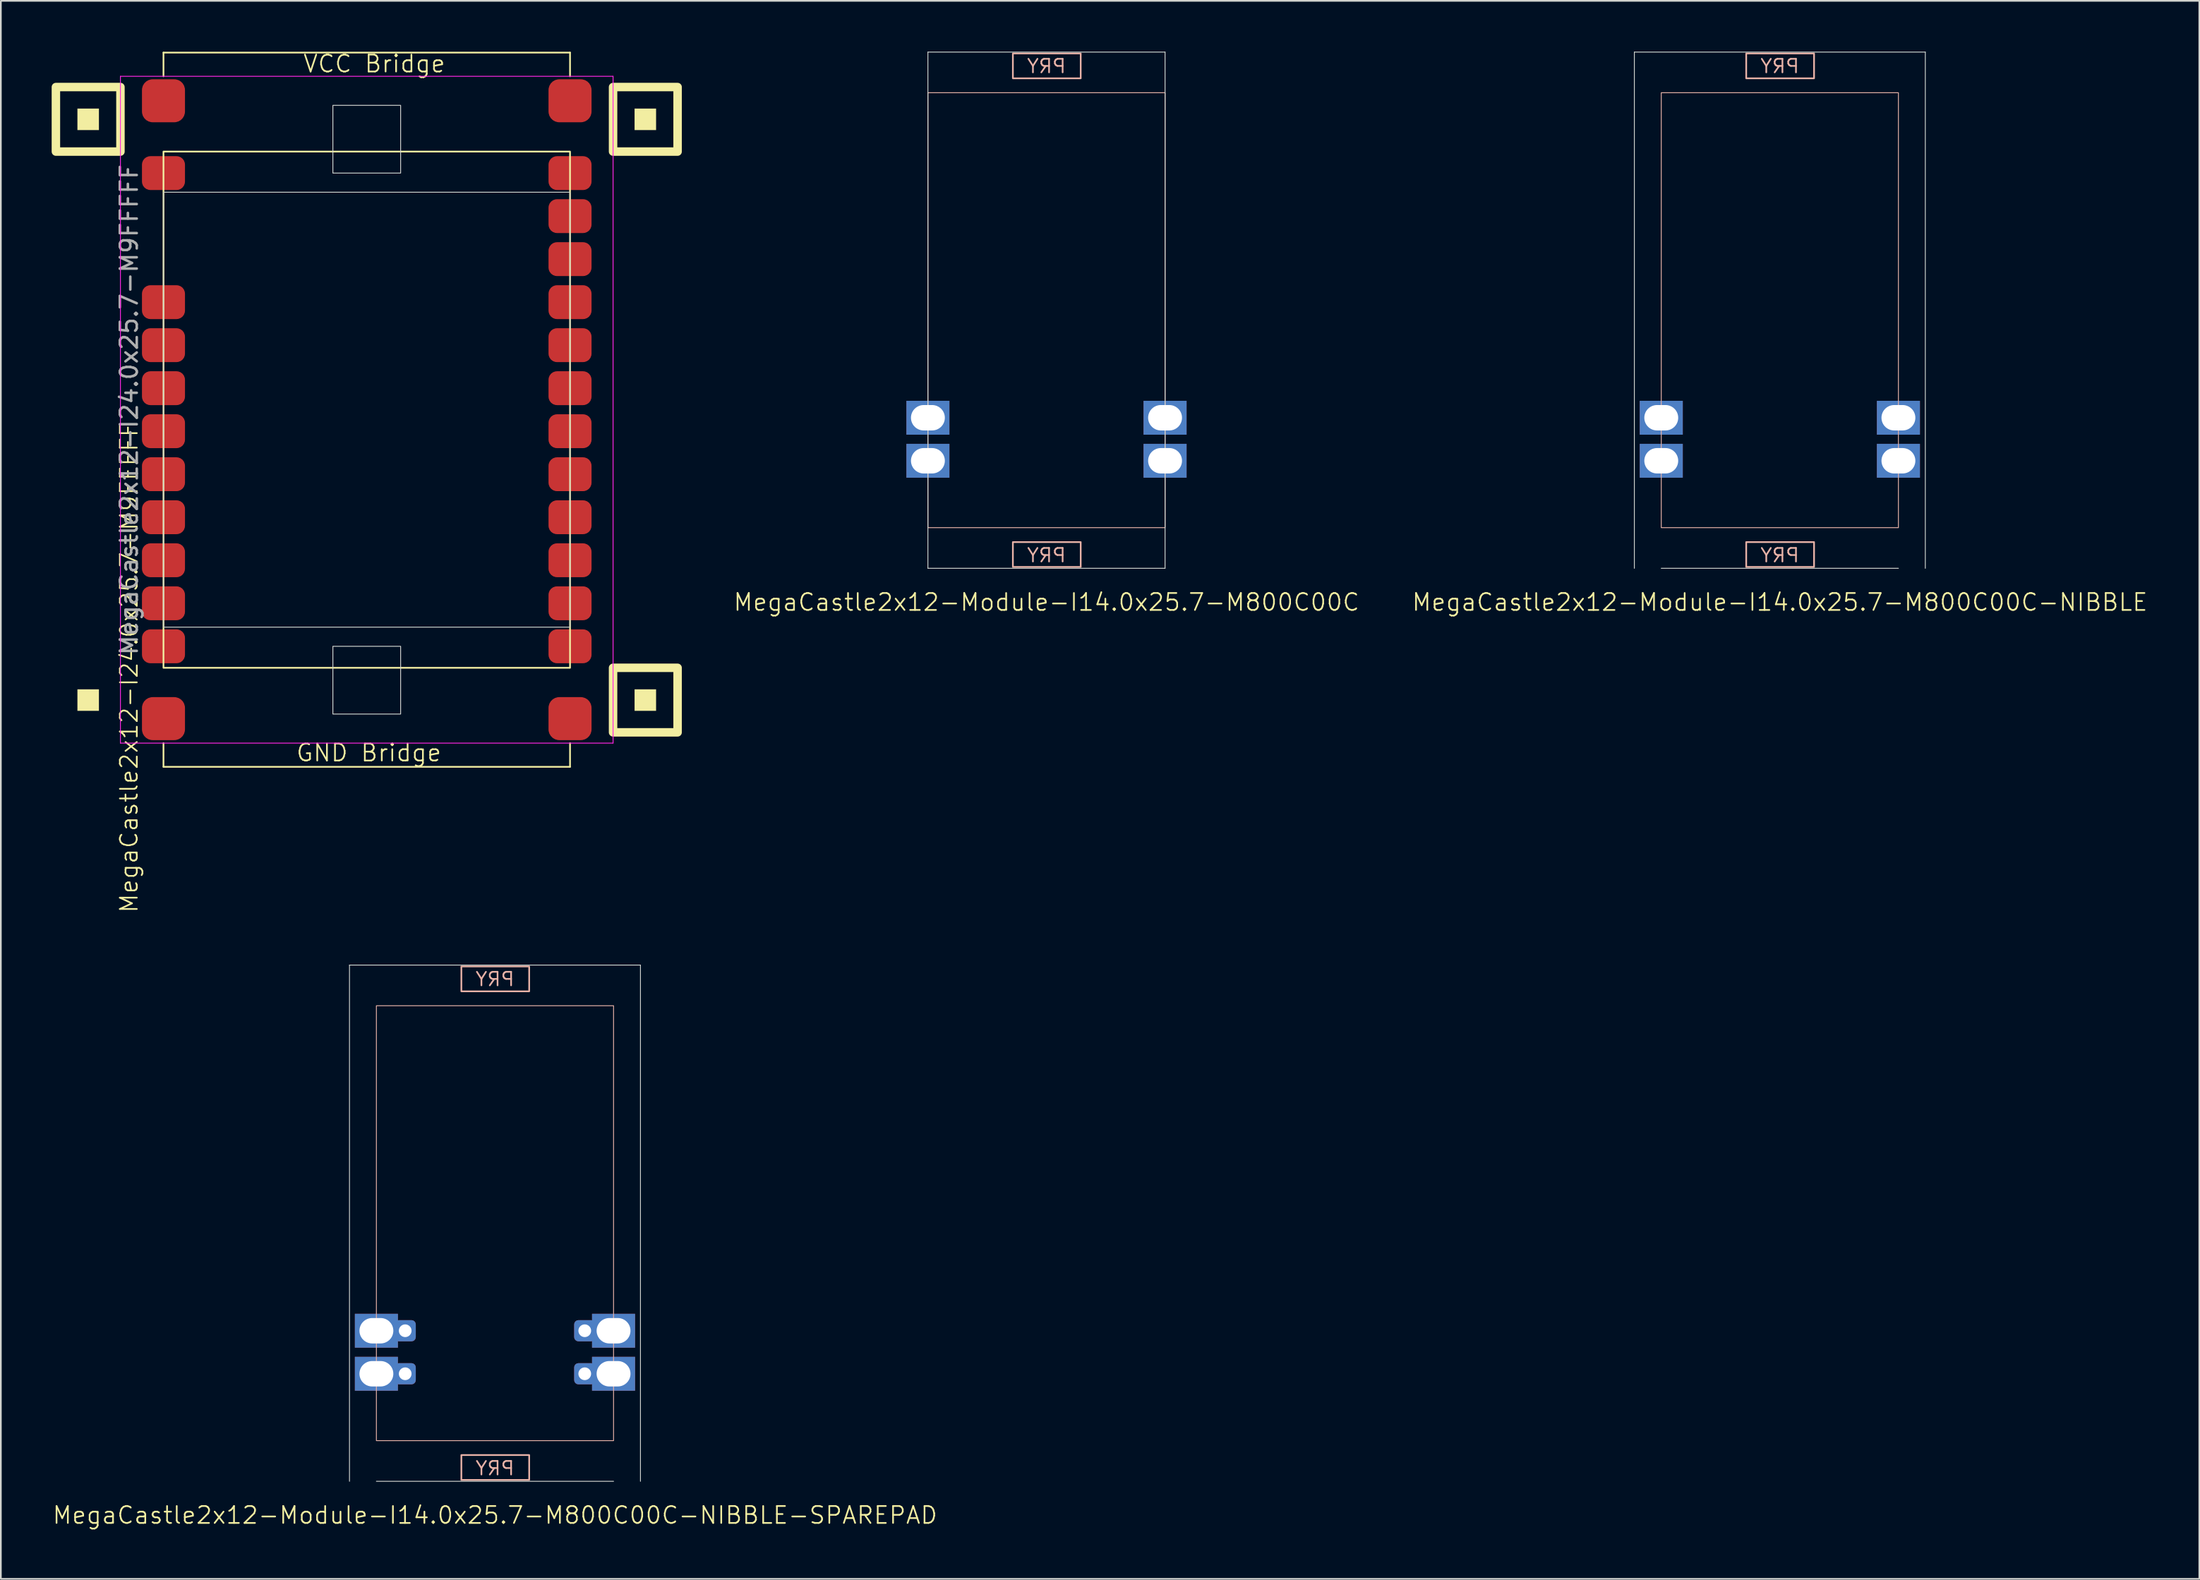
<source format=kicad_pcb>
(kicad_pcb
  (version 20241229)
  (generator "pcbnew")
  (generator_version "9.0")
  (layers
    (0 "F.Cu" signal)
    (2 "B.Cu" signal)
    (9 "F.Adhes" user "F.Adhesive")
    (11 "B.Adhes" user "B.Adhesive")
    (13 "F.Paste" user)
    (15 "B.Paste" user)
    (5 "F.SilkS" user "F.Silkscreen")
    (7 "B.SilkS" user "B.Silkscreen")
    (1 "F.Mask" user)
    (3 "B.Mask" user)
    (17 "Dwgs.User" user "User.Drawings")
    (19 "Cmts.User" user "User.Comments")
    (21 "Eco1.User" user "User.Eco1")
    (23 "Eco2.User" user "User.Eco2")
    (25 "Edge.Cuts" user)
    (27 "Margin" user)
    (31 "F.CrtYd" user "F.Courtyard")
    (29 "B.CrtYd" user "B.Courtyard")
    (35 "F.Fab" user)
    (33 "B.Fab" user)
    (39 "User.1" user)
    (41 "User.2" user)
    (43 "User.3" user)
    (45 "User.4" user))
  (footprint "MegaCastle2x12-Module-I14.0x25.7-M800C00C-NIBBLE-SPAREPAD"
    (layer "F.Cu")
    (at 26.169 69.171)
    (property "Reference" "MegaCastle2x12-Module-I14.0x25.7-M800C00C-NIBBLE-SPAREPAD" (at 0 17.24 0) (unlocked yes) (layer "F.SilkS") (effects (font (size 1 1) (thickness 0.1))))
    (attr smd)
    (fp_rect (start -7 12.84) (end 7 -12.84) (stroke (width 0.05) (type default)) (fill no) (layer "B.SilkS"))
    (fp_rect (start -1.984 -13.691) (end 2.02 -15.16) (stroke (width 0.1) (type default)) (fill no) (layer "B.SilkS"))
    (fp_rect (start -1.984 13.691) (end 2.02 15.16) (stroke (width 0.1) (type default)) (fill no) (layer "B.SilkS"))
    (fp_line (start -8.588 -15.24) (end -8.588 15.24) (stroke (width 0.05) (type default)) (layer "Edge.Cuts"))
    (fp_line (start -8.588 -15.24) (end 8.588 -15.24) (stroke (width 0.05) (type default)) (layer "Edge.Cuts"))
    (fp_line (start -7 15.24) (end 7 15.24) (stroke (width 0.05) (type default)) (layer "Edge.Cuts"))
    (fp_line (start 8.588 -15.24) (end 8.588 15.24) (stroke (width 0.05) (type default)) (layer "Edge.Cuts"))
    (fp_text user "PRY" (at 0 -13.94 0) (unlocked yes) (layer "B.SilkS") (effects (font (size 0.8 0.8) (thickness 0.1)) (justify bottom mirror)))
    (fp_text user "PRY" (at 0 14.94 0) (unlocked yes) (layer "B.SilkS") (effects (font (size 0.8 0.8) (thickness 0.1)) (justify bottom mirror)))
    (pad "9" thru_hole rect (at -7 6.35) (size 2.54 2) (drill oval 2 1.5) (property pad_prop_castellated) (layers "*.Cu" "*.Mask"))
    (pad "9" thru_hole roundrect (at -5.3 6.35 180) (size 1.25 1.25) (drill 0.75) (layers "*.Cu" "*.Mask") (roundrect_rratio 0.2))
    (pad "10" thru_hole rect (at -7 8.89) (size 2.54 2) (drill oval 2 1.5) (property pad_prop_castellated) (layers "*.Cu" "*.Mask"))
    (pad "10" thru_hole roundrect (at -5.3 8.89 180) (size 1.25 1.25) (drill 0.75) (layers "*.Cu" "*.Mask") (roundrect_rratio 0.2))
    (pad "21" thru_hole roundrect (at 5.3 6.35 180) (size 1.25 1.25) (drill 0.75) (layers "*.Cu" "*.Mask") (roundrect_rratio 0.2))
    (pad "21" thru_hole rect (at 7 6.35) (size 2.54 2) (drill oval 2 1.5) (property pad_prop_castellated) (layers "*.Cu" "*.Mask"))
    (pad "22" thru_hole roundrect (at 5.3 8.89 180) (size 1.25 1.25) (drill 0.75) (layers "*.Cu" "*.Mask") (roundrect_rratio 0.2))
    (pad "22" thru_hole rect (at 7 8.89) (size 2.54 2) (drill oval 2 1.5) (property pad_prop_castellated) (layers "*.Cu" "*.Mask"))
    (zone (net_name "") (layer "B.Cu") (hatch edge 0.5) (connect_pads) (min_thickness 0.25) (filled_areas_thickness no) (keepout (tracks allowed) (vias allowed) (pads allowed) (copperpour allowed) (footprints not_allowed)) (placement (enabled no)) (fill) (polygon (pts (xy 19.169 84.411) (xy 19.169 53.931))))
    (zone (net_name "") (layer "B.Cu") (hatch edge 0.5) (connect_pads) (min_thickness 0.25) (filled_areas_thickness no) (keepout (tracks allowed) (vias allowed) (pads allowed) (copperpour allowed) (footprints not_allowed)) (placement (enabled no)) (fill) (polygon (pts (xy 33.169 84.411) (xy 33.169 53.931))))
    (zone (net_name "") (layer "B.Cu") (hatch edge 0.5) (connect_pads) (min_thickness 0.25) (filled_areas_thickness no) (keepout (tracks allowed) (vias allowed) (pads allowed) (copperpour allowed) (footprints not_allowed)) (placement (enabled no)) (fill) (polygon (pts (xy 19.169 53.931) (xy 19.169 56.331) (xy 33.169 56.331) (xy 33.169 53.931))))
    (zone (net_name "") (layer "B.Cu") (hatch edge 0.5) (connect_pads) (min_thickness 0.25) (filled_areas_thickness no) (keepout (tracks allowed) (vias allowed) (pads allowed) (copperpour allowed) (footprints not_allowed)) (placement (enabled no)) (fill) (polygon (pts (xy 19.169 84.411) (xy 19.169 82.011) (xy 33.169 82.011) (xy 33.169 84.411))))
    (zone (net_name "") (layer "B.Cu") (name "Upper Pry Zone") (hatch edge 0.5) (connect_pads) (min_thickness 0.25) (filled_areas_thickness no) (keepout (tracks not_allowed) (vias not_allowed) (pads not_allowed) (copperpour allowed) (footprints not_allowed)) (placement (enabled no)) (fill) (polygon (pts (xy 24.185 55.48) (xy 24.185 54.011) (xy 28.189 54.011) (xy 28.189 55.48))))
    (zone (net_name "") (layer "B.Cu") (name "Upper Pry Zone") (hatch edge 0.5) (connect_pads) (min_thickness 0.25) (filled_areas_thickness no) (keepout (tracks not_allowed) (vias not_allowed) (pads not_allowed) (copperpour allowed) (footprints not_allowed)) (placement (enabled no)) (fill) (polygon (pts (xy 24.185 82.863) (xy 24.185 84.331) (xy 28.189 84.331) (xy 28.189 82.863)))))
  (footprint "MegaCastle2x12-Module-I14.0x25.7-M800C00C-NIBBLE"
    (layer "F.Cu")
    (at 102.017 15.265)
    (property "Reference" "MegaCastle2x12-Module-I14.0x25.7-M800C00C-NIBBLE" (at 0 17.24 0) (unlocked yes) (layer "F.SilkS") (effects (font (size 1 1) (thickness 0.1))))
    (attr smd)
    (fp_rect (start -7 12.84) (end 7 -12.84) (stroke (width 0.05) (type default)) (fill no) (layer "B.SilkS"))
    (fp_rect (start -1.984 -13.691) (end 2.02 -15.16) (stroke (width 0.1) (type default)) (fill no) (layer "B.SilkS"))
    (fp_rect (start -1.984 13.691) (end 2.02 15.16) (stroke (width 0.1) (type default)) (fill no) (layer "B.SilkS"))
    (fp_line (start -8.588 -15.24) (end -8.588 15.24) (stroke (width 0.05) (type default)) (layer "Edge.Cuts"))
    (fp_line (start -8.588 -15.24) (end 8.588 -15.24) (stroke (width 0.05) (type default)) (layer "Edge.Cuts"))
    (fp_line (start -7 15.24) (end 7 15.24) (stroke (width 0.05) (type default)) (layer "Edge.Cuts"))
    (fp_line (start 8.588 -15.24) (end 8.588 15.24) (stroke (width 0.05) (type default)) (layer "Edge.Cuts"))
    (fp_text user "PRY" (at 0 14.94 0) (unlocked yes) (layer "B.SilkS") (effects (font (size 0.8 0.8) (thickness 0.1)) (justify bottom mirror)))
    (fp_text user "PRY" (at 0 -13.94 0) (unlocked yes) (layer "B.SilkS") (effects (font (size 0.8 0.8) (thickness 0.1)) (justify bottom mirror)))
    (pad "9" thru_hole rect (at -7 6.35) (size 2.54 2) (drill oval 2 1.5) (property pad_prop_castellated) (layers "*.Cu" "*.Mask"))
    (pad "10" thru_hole rect (at -7 8.89) (size 2.54 2) (drill oval 2 1.5) (property pad_prop_castellated) (layers "*.Cu" "*.Mask"))
    (pad "21" thru_hole rect (at 7 6.35) (size 2.54 2) (drill oval 2 1.5) (property pad_prop_castellated) (layers "*.Cu" "*.Mask"))
    (pad "22" thru_hole rect (at 7 8.89) (size 2.54 2) (drill oval 2 1.5) (property pad_prop_castellated) (layers "*.Cu" "*.Mask"))
    (zone (net_name "") (layer "B.Cu") (hatch edge 0.5) (connect_pads) (min_thickness 0.25) (filled_areas_thickness no) (keepout (tracks allowed) (vias allowed) (pads allowed) (copperpour allowed) (footprints not_allowed)) (placement (enabled no)) (fill) (polygon (pts (xy 95.017 30.505) (xy 95.017 0.025))))
    (zone (net_name "") (layer "B.Cu") (hatch edge 0.5) (connect_pads) (min_thickness 0.25) (filled_areas_thickness no) (keepout (tracks allowed) (vias allowed) (pads allowed) (copperpour allowed) (footprints not_allowed)) (placement (enabled no)) (fill) (polygon (pts (xy 109.017 30.505) (xy 109.017 0.025))))
    (zone (net_name "") (layer "B.Cu") (hatch edge 0.5) (connect_pads) (min_thickness 0.25) (filled_areas_thickness no) (keepout (tracks allowed) (vias allowed) (pads allowed) (copperpour allowed) (footprints not_allowed)) (placement (enabled no)) (fill) (polygon (pts (xy 95.017 0.025) (xy 95.017 2.425) (xy 109.017 2.425) (xy 109.017 0.025))))
    (zone (net_name "") (layer "B.Cu") (hatch edge 0.5) (connect_pads) (min_thickness 0.25) (filled_areas_thickness no) (keepout (tracks allowed) (vias allowed) (pads allowed) (copperpour allowed) (footprints not_allowed)) (placement (enabled no)) (fill) (polygon (pts (xy 95.017 30.505) (xy 95.017 28.105) (xy 109.017 28.105) (xy 109.017 30.505))))
    (zone (net_name "") (layer "B.Cu") (name "Upper Pry Zone") (hatch edge 0.5) (connect_pads) (min_thickness 0.25) (filled_areas_thickness no) (keepout (tracks not_allowed) (vias not_allowed) (pads not_allowed) (copperpour allowed) (footprints not_allowed)) (placement (enabled no)) (fill) (polygon (pts (xy 100.032 1.574) (xy 100.032 0.105) (xy 104.036 0.105) (xy 104.036 1.574))))
    (zone (net_name "") (layer "B.Cu") (name "Upper Pry Zone") (hatch edge 0.5) (connect_pads) (min_thickness 0.25) (filled_areas_thickness no) (keepout (tracks not_allowed) (vias not_allowed) (pads not_allowed) (copperpour allowed) (footprints not_allowed)) (placement (enabled no)) (fill) (polygon (pts (xy 100.032 28.956) (xy 100.032 30.425) (xy 104.036 30.425) (xy 104.036 28.956)))))
  (footprint "MegaCastle2x12-I24.0x25.7-M9FFFFF"
    (layer "F.Cu")
    (at 18.6 21.14)
    (property "Reference" "MegaCastle2x12-I24.0x25.7-M9FFFFF" (at -14.032 15.24 90) (unlocked yes) (layer "F.SilkS") (effects (font (size 1 1) (thickness 0.1))))
    (attr smd)
    (fp_line (start -12 -21.085) (end 12 -21.085) (stroke (width 0.1) (type default)) (layer "F.SilkS"))
    (fp_line (start -12 -19.685) (end -12 -21.085) (stroke (width 0.1) (type default)) (layer "F.SilkS"))
    (fp_line (start -12 19.685) (end -12 21.085) (stroke (width 0.1) (type default)) (layer "F.SilkS"))
    (fp_line (start -12 21.085) (end 12 21.085) (stroke (width 0.1) (type default)) (layer "F.SilkS"))
    (fp_line (start 12 -19.685) (end 12 -21.085) (stroke (width 0.1) (type default)) (layer "F.SilkS"))
    (fp_line (start 12 19.685) (end 12 21.085) (stroke (width 0.1) (type default)) (layer "F.SilkS"))
    (fp_rect (start -15.81 -16.51) (end -17.08 -17.78) (stroke (width 0) (type solid)) (fill yes) (layer "F.SilkS"))
    (fp_rect (start -15.81 17.78) (end -17.08 16.51) (stroke (width 0) (type solid)) (fill yes) (layer "F.SilkS"))
    (fp_rect (start -14.54 -15.24) (end -18.35 -19.05) (stroke (width 0.5) (type default)) (fill no) (layer "F.SilkS"))
    (fp_rect (start -12 -15.24) (end 12 15.24) (stroke (width 0.1) (type default)) (fill no) (layer "F.SilkS"))
    (fp_rect (start 17.08 -16.51) (end 15.81 -17.78) (stroke (width 0) (type solid)) (fill yes) (layer "F.SilkS"))
    (fp_rect (start 17.08 17.78) (end 15.81 16.51) (stroke (width 0) (type solid)) (fill yes) (layer "F.SilkS"))
    (fp_rect (start 18.35 -15.24) (end 14.54 -19.05) (stroke (width 0.5) (type default)) (fill no) (layer "F.SilkS"))
    (fp_rect (start 18.35 19.05) (end 14.54 15.24) (stroke (width 0.5) (type default)) (fill no) (layer "F.SilkS"))
    (fp_rect (start -12 -12.84) (end 12 12.84) (stroke (width 0.05) (type default)) (fill no) (layer "Edge.Cuts"))
    (fp_rect (start -2 -13.97) (end 2 -17.97) (stroke (width 0.05) (type default)) (fill no) (layer "Edge.Cuts"))
    (fp_rect (start -2 13.97) (end 2 17.97) (stroke (width 0.05) (type default)) (fill no) (layer "Edge.Cuts"))
    (fp_line (start -14.54 -19.685) (end -14.54 19.685) (stroke (width 0.05) (type default)) (layer "F.CrtYd"))
    (fp_line (start -14.54 19.685) (end 14.54 19.685) (stroke (width 0.05) (type default)) (layer "F.CrtYd"))
    (fp_line (start 14.54 -19.685) (end -14.54 -19.685) (stroke (width 0.05) (type default)) (layer "F.CrtYd"))
    (fp_line (start 14.54 -19.685) (end 14.54 19.685) (stroke (width 0.05) (type default)) (layer "F.CrtYd"))
    (fp_text user "GND Bridge" (at -4.226 20.84 0) (unlocked yes) (layer "F.SilkS") (effects (font (size 1 1) (thickness 0.1)) (justify left bottom)))
    (fp_text user "VCC Bridge" (at -3.81 -19.84 0) (unlocked yes) (layer "F.SilkS") (effects (font (size 1 1) (thickness 0.1)) (justify left bottom)))
    (fp_text user "${REFERENCE}" (at -14.032 0 90) (unlocked yes) (layer "F.Fab") (effects (font (size 1 1) (thickness 0.15))))
    (pad "1" smd roundrect (at -12 -13.97) (size 2.54 2) (layers "F.Cu" "F.Mask" "F.Paste") (roundrect_rratio 0.25))
    (pad "4" smd roundrect (at -12 -6.35) (size 2.54 2) (layers "F.Cu" "F.Mask" "F.Paste") (roundrect_rratio 0.25))
    (pad "5" smd roundrect (at -12 -3.81) (size 2.54 2) (layers "F.Cu" "F.Mask" "F.Paste") (roundrect_rratio 0.25))
    (pad "6" smd roundrect (at -12 -1.27) (size 2.54 2) (layers "F.Cu" "F.Mask" "F.Paste") (roundrect_rratio 0.25))
    (pad "7" smd roundrect (at -12 1.27) (size 2.54 2) (layers "F.Cu" "F.Mask" "F.Paste") (roundrect_rratio 0.25))
    (pad "8" smd roundrect (at -12 3.81) (size 2.54 2) (layers "F.Cu" "F.Mask" "F.Paste") (roundrect_rratio 0.25))
    (pad "9" smd roundrect (at -12 6.35) (size 2.54 2) (layers "F.Cu" "F.Mask" "F.Paste") (roundrect_rratio 0.25))
    (pad "10" smd roundrect (at -12 8.89) (size 2.54 2) (layers "F.Cu" "F.Mask" "F.Paste") (roundrect_rratio 0.25))
    (pad "11" smd roundrect (at -12 11.43) (size 2.54 2) (layers "F.Cu" "F.Mask" "F.Paste") (roundrect_rratio 0.25))
    (pad "12" smd roundrect (at -12 13.97) (size 2.54 2) (layers "F.Cu" "F.Mask" "F.Paste") (roundrect_rratio 0.25))
    (pad "13" smd roundrect (at 12 -13.97) (size 2.54 2) (layers "F.Cu" "F.Mask" "F.Paste") (roundrect_rratio 0.25))
    (pad "14" smd roundrect (at 12 -11.43) (size 2.54 2) (layers "F.Cu" "F.Mask" "F.Paste") (roundrect_rratio 0.25))
    (pad "15" smd roundrect (at 12 -8.89) (size 2.54 2) (layers "F.Cu" "F.Mask" "F.Paste") (roundrect_rratio 0.25))
    (pad "16" smd roundrect (at 12 -6.35) (size 2.54 2) (layers "F.Cu" "F.Mask" "F.Paste") (roundrect_rratio 0.25))
    (pad "17" smd roundrect (at 12 -3.81) (size 2.54 2) (layers "F.Cu" "F.Mask" "F.Paste") (roundrect_rratio 0.25))
    (pad "18" smd roundrect (at 12 -1.27) (size 2.54 2) (layers "F.Cu" "F.Mask" "F.Paste") (roundrect_rratio 0.25))
    (pad "19" smd roundrect (at 12 1.27) (size 2.54 2) (layers "F.Cu" "F.Mask" "F.Paste") (roundrect_rratio 0.25))
    (pad "20" smd roundrect (at 12 3.81) (size 2.54 2) (layers "F.Cu" "F.Mask" "F.Paste") (roundrect_rratio 0.25))
    (pad "21" smd roundrect (at 12 6.35) (size 2.54 2) (layers "F.Cu" "F.Mask" "F.Paste") (roundrect_rratio 0.25))
    (pad "22" smd roundrect (at 12 8.89) (size 2.54 2) (layers "F.Cu" "F.Mask" "F.Paste") (roundrect_rratio 0.25))
    (pad "23" smd roundrect (at 12 11.43) (size 2.54 2) (layers "F.Cu" "F.Mask" "F.Paste") (roundrect_rratio 0.25))
    (pad "24" smd roundrect (at 12 13.97) (size 2.54 2) (layers "F.Cu" "F.Mask" "F.Paste") (roundrect_rratio 0.25))
    (pad "A1" smd roundrect (at -12 -18.24) (size 2.54 2.54) (layers "F.Cu" "F.Mask" "F.Paste") (roundrect_rratio 0.25))
    (pad "A2" smd roundrect (at 12 -18.24) (size 2.54 2.54) (layers "F.Cu" "F.Mask" "F.Paste") (roundrect_rratio 0.25))
    (pad "B1" smd roundrect (at -12 18.24) (size 2.54 2.54) (layers "F.Cu" "F.Mask" "F.Paste") (roundrect_rratio 0.25))
    (pad "B2" smd roundrect (at 12 18.24) (size 2.54 2.54) (layers "F.Cu" "F.Mask" "F.Paste") (roundrect_rratio 0.25)))
  (footprint "MegaCastle2x12-Module-I14.0x25.7-M800C00C"
    (layer "F.Cu")
    (at 58.726 15.265)
    (property "Reference" "MegaCastle2x12-Module-I14.0x25.7-M800C00C" (at 0 17.24 0) (unlocked yes) (layer "F.SilkS") (effects (font (size 1 1) (thickness 0.1))))
    (attr smd)
    (fp_rect (start -7 12.84) (end 7 -12.84) (stroke (width 0.05) (type default)) (fill no) (layer "B.SilkS"))
    (fp_rect (start -1.984 -13.691) (end 2.02 -15.16) (stroke (width 0.1) (type default)) (fill no) (layer "B.SilkS"))
    (fp_rect (start -1.984 13.691) (end 2.02 15.16) (stroke (width 0.1) (type default)) (fill no) (layer "B.SilkS"))
    (fp_line (start -7 -15.24) (end -7 15.24) (stroke (width 0.05) (type default)) (layer "Edge.Cuts"))
    (fp_line (start -7 -15.24) (end 7 -15.24) (stroke (width 0.05) (type default)) (layer "Edge.Cuts"))
    (fp_line (start -7 15.24) (end 7 15.24) (stroke (width 0.05) (type default)) (layer "Edge.Cuts"))
    (fp_line (start 7 -15.24) (end 7 15.24) (stroke (width 0.05) (type default)) (layer "Edge.Cuts"))
    (fp_text user "PRY" (at 0 14.94 0) (unlocked yes) (layer "B.SilkS") (effects (font (size 0.8 0.8) (thickness 0.1)) (justify bottom mirror)))
    (fp_text user "PRY" (at 0 -13.94 0) (unlocked yes) (layer "B.SilkS") (effects (font (size 0.8 0.8) (thickness 0.1)) (justify bottom mirror)))
    (pad "9" thru_hole rect (at -7 6.35) (size 2.54 2) (drill oval 2 1.5) (property pad_prop_castellated) (layers "*.Cu" "*.Mask"))
    (pad "10" thru_hole rect (at -7 8.89) (size 2.54 2) (drill oval 2 1.5) (property pad_prop_castellated) (layers "*.Cu" "*.Mask"))
    (pad "21" thru_hole rect (at 7 6.35) (size 2.54 2) (drill oval 2 1.5) (property pad_prop_castellated) (layers "*.Cu" "*.Mask"))
    (pad "22" thru_hole rect (at 7 8.89) (size 2.54 2) (drill oval 2 1.5) (property pad_prop_castellated) (layers "*.Cu" "*.Mask"))
    (zone (net_name "") (layer "B.Cu") (hatch edge 0.5) (connect_pads) (min_thickness 0.25) (filled_areas_thickness no) (keepout (tracks allowed) (vias allowed) (pads allowed) (copperpour allowed) (footprints not_allowed)) (placement (enabled no)) (fill) (polygon (pts (xy 51.726 30.505) (xy 51.726 0.025))))
    (zone (net_name "") (layer "B.Cu") (hatch edge 0.5) (connect_pads) (min_thickness 0.25) (filled_areas_thickness no) (keepout (tracks allowed) (vias allowed) (pads allowed) (copperpour allowed) (footprints not_allowed)) (placement (enabled no)) (fill) (polygon (pts (xy 65.726 30.505) (xy 65.726 0.025))))
    (zone (net_name "") (layer "B.Cu") (hatch edge 0.5) (connect_pads) (min_thickness 0.25) (filled_areas_thickness no) (keepout (tracks allowed) (vias allowed) (pads allowed) (copperpour allowed) (footprints not_allowed)) (placement (enabled no)) (fill) (polygon (pts (xy 51.726 0.025) (xy 51.726 2.425) (xy 65.726 2.425) (xy 65.726 0.025))))
    (zone (net_name "") (layer "B.Cu") (hatch edge 0.5) (connect_pads) (min_thickness 0.25) (filled_areas_thickness no) (keepout (tracks allowed) (vias allowed) (pads allowed) (copperpour allowed) (footprints not_allowed)) (placement (enabled no)) (fill) (polygon (pts (xy 51.726 30.505) (xy 51.726 28.105) (xy 65.726 28.105) (xy 65.726 30.505))))
    (zone (net_name "") (layer "B.Cu") (name "Upper Pry Zone") (hatch edge 0.5) (connect_pads) (min_thickness 0.25) (filled_areas_thickness no) (keepout (tracks not_allowed) (vias not_allowed) (pads not_allowed) (copperpour allowed) (footprints not_allowed)) (placement (enabled no)) (fill) (polygon (pts (xy 56.742 1.574) (xy 56.742 0.105) (xy 60.746 0.105) (xy 60.746 1.574))))
    (zone (net_name "") (layer "B.Cu") (name "Upper Pry Zone") (hatch edge 0.5) (connect_pads) (min_thickness 0.25) (filled_areas_thickness no) (keepout (tracks not_allowed) (vias not_allowed) (pads not_allowed) (copperpour allowed) (footprints not_allowed)) (placement (enabled no)) (fill) (polygon (pts (xy 56.742 28.956) (xy 56.742 30.425) (xy 60.746 30.425) (xy 60.746 28.956)))))
  (gr_rect
    (start -3 -3)
    (end 126.781 90.172)
    (stroke (width 0.1) (type default))
    (fill no)
    (layer "Edge.Cuts")))
</source>
